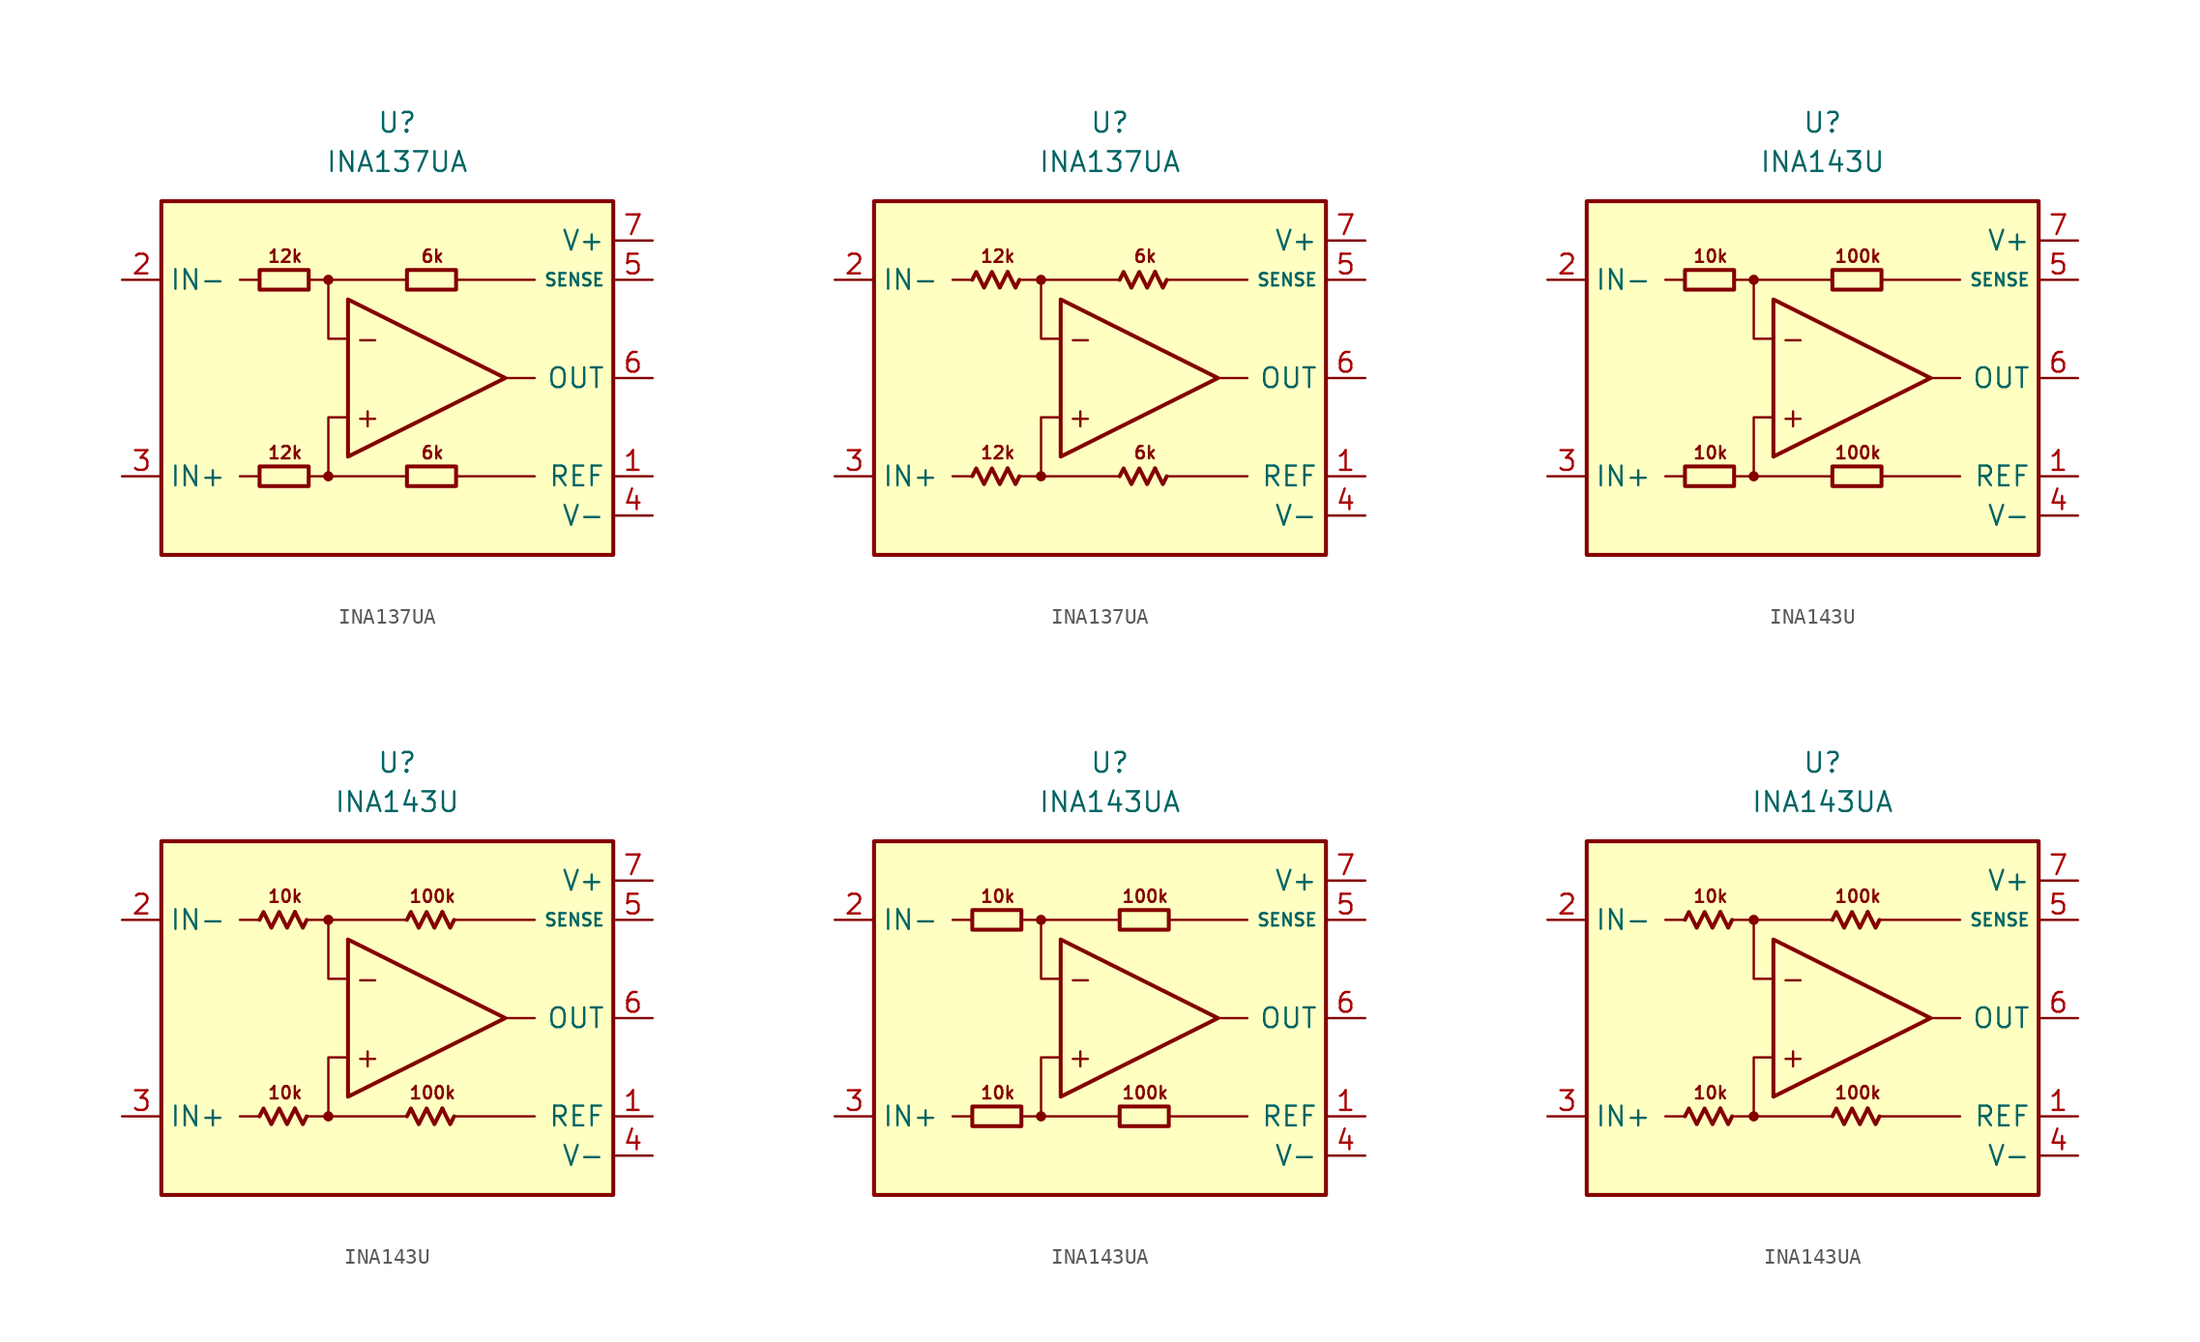
<source format=kicad_sym>
(kicad_symbol_lib
  (version 20231120)
  (generator "kicad_symbol_editor")
  (generator_version "8.0")
  (symbol "INA137UA"
    (property "Reference" "U"
      (at 0 16.51 0)
      (effects (font (size 1.27 1.27))))
    (property "Value" "INA137UA"
      (at 0 13.97 0)
      (effects (font (size 1.27 1.27))))
    (symbol "INA137UA_0_0"
      (rectangle (start -15.24 11.43) (end 13.97 -11.43) (stroke (width 0.254) (type default)) (fill (type background)))
      (circle (center -4.445 -6.35) (radius 0.254) (stroke (width 0.152) (type default)) (fill (type outline)))
      (circle (center -4.445 6.35) (radius 0.254) (stroke (width 0.152) (type default)) (fill (type outline)))
      (polyline (pts (xy -8.89 -6.35) (xy -10.16 -6.35)) (stroke (width 0.152) (type default)) (fill (type none)))
      (polyline (pts (xy -8.89 6.35) (xy -10.16 6.35)) (stroke (width 0.152) (type default)) (fill (type none)))
      (polyline (pts (xy -4.445 6.35) (xy 0.635 6.35)) (stroke (width 0.152) (type default)) (fill (type none)))
      (polyline (pts (xy 0.635 -6.35) (xy -4.445 -6.35)) (stroke (width 0.152) (type default)) (fill (type none)))
      (polyline (pts (xy 3.81 -6.35) (xy 8.89 -6.35)) (stroke (width 0.152) (type default)) (fill (type none)))
      (polyline (pts (xy 3.81 6.35) (xy 8.89 6.35)) (stroke (width 0.152) (type default)) (fill (type none)))
      (polyline (pts (xy 8.89 0) (xy 6.985 0)) (stroke (width 0.152) (type default)) (fill (type none)))
      (polyline (pts (xy -5.715 -6.35) (xy -4.445 -6.35) (xy -4.445 -2.54) (xy -3.175 -2.54)) (stroke (width 0.152) (type default)) (fill (type none)))
      (polyline (pts (xy -3.175 2.54) (xy -4.445 2.54) (xy -4.445 6.35) (xy -5.715 6.35)) (stroke (width 0.152) (type default)) (fill (type none)))
      (polyline (pts (xy -3.175 5.08) (xy -3.175 -5.08) (xy 6.985 0) (xy -3.175 5.08)) (stroke (width 0.254) (type default)) (fill (type none)))
      (text "+" (at -1.905 -2.54 0) (effects (font (size 1.27 1.27))))
      (text "-" (at -1.905 2.54 0) (effects (font (size 1.27 1.27))))
      (text "12k" (at -7.239 -4.826 0) (effects (font (size 0.8 0.8))))
      (text "12k" (at -7.239 7.874 0) (effects (font (size 0.8 0.8))))
      (text "6k" (at 2.286 -4.826 0) (effects (font (size 0.8 0.8))))
      (text "6k" (at 2.286 7.874 0) (effects (font (size 0.8 0.8)))))
    (symbol "INA137UA_0_1"
      (rectangle (start -8.89 -5.715) (end -5.715 -6.985) (stroke (width 0.254) (type default)) (fill (type none)))
      (rectangle (start -8.89 6.985) (end -5.715 5.715) (stroke (width 0.254) (type default)) (fill (type none)))
      (rectangle (start 0.635 -5.715) (end 3.81 -6.985) (stroke (width 0.254) (type default)) (fill (type none)))
      (rectangle (start 0.635 6.985) (end 3.81 5.715) (stroke (width 0.254) (type default)) (fill (type none))))
    (symbol "INA137UA_0_2"
      (polyline (pts (xy -6.604 -5.842) (xy -6.096 -6.858) (xy -5.842 -6.35)) (stroke (width 0.254) (type default)) (fill (type none)))
      (polyline (pts (xy -6.604 6.858) (xy -6.096 5.842) (xy -5.842 6.35)) (stroke (width 0.254) (type default)) (fill (type none)))
      (polyline (pts (xy 2.921 -5.842) (xy 3.429 -6.858) (xy 3.683 -6.35)) (stroke (width 0.254) (type default)) (fill (type none)))
      (polyline (pts (xy 2.921 6.858) (xy 3.429 5.842) (xy 3.683 6.35)) (stroke (width 0.254) (type default)) (fill (type none)))
      (polyline (pts (xy -8.89 -6.35) (xy -8.636 -5.842) (xy -8.128 -6.858) (xy -7.62 -5.842) (xy -7.112 -6.858) (xy -6.604 -5.842)) (stroke (width 0.254) (type default)) (fill (type none)))
      (polyline (pts (xy -8.89 6.35) (xy -8.636 6.858) (xy -8.128 5.842) (xy -7.62 6.858) (xy -7.112 5.842) (xy -6.604 6.858)) (stroke (width 0.254) (type default)) (fill (type none)))
      (polyline (pts (xy 0.635 -6.35) (xy 0.889 -5.842) (xy 1.397 -6.858) (xy 1.905 -5.842) (xy 2.413 -6.858) (xy 2.921 -5.842)) (stroke (width 0.254) (type default)) (fill (type none)))
      (polyline (pts (xy 0.635 6.35) (xy 0.889 6.858) (xy 1.397 5.842) (xy 1.905 6.858) (xy 2.413 5.842) (xy 2.921 6.858)) (stroke (width 0.254) (type default)) (fill (type none))))
    (symbol "INA137UA_1_1"
      (pin input line (at 16.51 -6.35 180) (length 2.54) (name "REF" (effects (font (size 1.27 1.27)))) (number "1" (effects (font (size 1.27 1.27)))))
      (pin input line (at -17.78 6.35 0) (length 2.54) (name "IN-" (effects (font (size 1.27 1.27)))) (number "2" (effects (font (size 1.27 1.27)))))
      (pin input line (at -17.78 -6.35 0) (length 2.54) (name "IN+" (effects (font (size 1.27 1.27)))) (number "3" (effects (font (size 1.27 1.27)))))
      (pin power_in line (at 16.51 -8.89 180) (length 2.54) (name "V-" (effects (font (size 1.27 1.27)))) (number "4" (effects (font (size 1.27 1.27)))))
      (pin input line (at 16.51 6.35 180) (length 2.54) (name "SENSE" (effects (font (size 0.8 0.8)))) (number "5" (effects (font (size 1.27 1.27)))))
      (pin output line (at 16.51 0 180) (length 2.54) (name "OUT" (effects (font (size 1.27 1.27)))) (number "6" (effects (font (size 1.27 1.27)))))
      (pin power_in line (at 16.51 8.89 180) (length 2.54) (name "V+" (effects (font (size 1.27 1.27)))) (number "7" (effects (font (size 1.27 1.27)))))
      (pin free line (at -10.16 0 0) (length 2.54) hide (name "NC" (effects (font (size 1.27 1.27)))) (number "8" (effects (font (size 1.27 1.27))))))
    (symbol "INA137UA_1_2"
      (pin input line (at 16.51 -6.35 180) (length 2.54) (name "REF" (effects (font (size 1.27 1.27)))) (number "1" (effects (font (size 1.27 1.27)))))
      (pin input line (at -17.78 6.35 0) (length 2.54) (name "IN-" (effects (font (size 1.27 1.27)))) (number "2" (effects (font (size 1.27 1.27)))))
      (pin input line (at -17.78 -6.35 0) (length 2.54) (name "IN+" (effects (font (size 1.27 1.27)))) (number "3" (effects (font (size 1.27 1.27)))))
      (pin power_in line (at 16.51 -8.89 180) (length 2.54) (name "V-" (effects (font (size 1.27 1.27)))) (number "4" (effects (font (size 1.27 1.27)))))
      (pin input line (at 16.51 6.35 180) (length 2.54) (name "SENSE" (effects (font (size 0.8 0.8)))) (number "5" (effects (font (size 1.27 1.27)))))
      (pin output line (at 16.51 0 180) (length 2.54) (name "OUT" (effects (font (size 1.27 1.27)))) (number "6" (effects (font (size 1.27 1.27)))))
      (pin power_in line (at 16.51 8.89 180) (length 2.54) (name "V+" (effects (font (size 1.27 1.27)))) (number "7" (effects (font (size 1.27 1.27)))))
      (pin free line (at -10.16 0 0) (length 2.54) hide (name "NC" (effects (font (size 1.27 1.27)))) (number "8" (effects (font (size 1.27 1.27)))))))
  (symbol "INA143U"
    (property "Reference" "U"
      (at 0 16.51 0)
      (effects (font (size 1.27 1.27))))
    (property "Value" "INA143U"
      (at 0 13.97 0)
      (effects (font (size 1.27 1.27))))
    (symbol "INA143U_0_0"
      (rectangle (start -15.24 11.43) (end 13.97 -11.43) (stroke (width 0.254) (type default)) (fill (type background)))
      (circle (center -4.445 -6.35) (radius 0.254) (stroke (width 0.152) (type default)) (fill (type outline)))
      (circle (center -4.445 6.35) (radius 0.254) (stroke (width 0.152) (type default)) (fill (type outline)))
      (polyline (pts (xy -8.89 -6.35) (xy -10.16 -6.35)) (stroke (width 0.152) (type default)) (fill (type none)))
      (polyline (pts (xy -8.89 6.35) (xy -10.16 6.35)) (stroke (width 0.152) (type default)) (fill (type none)))
      (polyline (pts (xy -4.445 6.35) (xy 0.635 6.35)) (stroke (width 0.152) (type default)) (fill (type none)))
      (polyline (pts (xy 0.635 -6.35) (xy -4.445 -6.35)) (stroke (width 0.152) (type default)) (fill (type none)))
      (polyline (pts (xy 3.81 -6.35) (xy 8.89 -6.35)) (stroke (width 0.152) (type default)) (fill (type none)))
      (polyline (pts (xy 3.81 6.35) (xy 8.89 6.35)) (stroke (width 0.152) (type default)) (fill (type none)))
      (polyline (pts (xy 8.89 0) (xy 6.985 0)) (stroke (width 0.152) (type default)) (fill (type none)))
      (polyline (pts (xy -5.715 -6.35) (xy -4.445 -6.35) (xy -4.445 -2.54) (xy -3.175 -2.54)) (stroke (width 0.152) (type default)) (fill (type none)))
      (polyline (pts (xy -3.175 2.54) (xy -4.445 2.54) (xy -4.445 6.35) (xy -5.715 6.35)) (stroke (width 0.152) (type default)) (fill (type none)))
      (polyline (pts (xy -3.175 5.08) (xy -3.175 -5.08) (xy 6.985 0) (xy -3.175 5.08)) (stroke (width 0.254) (type default)) (fill (type none)))
      (text "+" (at -1.905 -2.54 0) (effects (font (size 1.27 1.27))))
      (text "-" (at -1.905 2.54 0) (effects (font (size 1.27 1.27))))
      (text "100k" (at 2.286 -4.826 0) (effects (font (size 0.8 0.8))))
      (text "100k" (at 2.286 7.874 0) (effects (font (size 0.8 0.8))))
      (text "10k" (at -7.239 -4.826 0) (effects (font (size 0.8 0.8))))
      (text "10k" (at -7.239 7.874 0) (effects (font (size 0.8 0.8)))))
    (symbol "INA143U_0_1"
      (rectangle (start -8.89 -5.715) (end -5.715 -6.985) (stroke (width 0.254) (type default)) (fill (type none)))
      (rectangle (start -8.89 6.985) (end -5.715 5.715) (stroke (width 0.254) (type default)) (fill (type none)))
      (rectangle (start 0.635 -5.715) (end 3.81 -6.985) (stroke (width 0.254) (type default)) (fill (type none)))
      (rectangle (start 0.635 6.985) (end 3.81 5.715) (stroke (width 0.254) (type default)) (fill (type none))))
    (symbol "INA143U_0_2"
      (polyline (pts (xy -6.604 -5.842) (xy -6.096 -6.858) (xy -5.842 -6.35)) (stroke (width 0.254) (type default)) (fill (type none)))
      (polyline (pts (xy -6.604 6.858) (xy -6.096 5.842) (xy -5.842 6.35)) (stroke (width 0.254) (type default)) (fill (type none)))
      (polyline (pts (xy 2.921 -5.842) (xy 3.429 -6.858) (xy 3.683 -6.35)) (stroke (width 0.254) (type default)) (fill (type none)))
      (polyline (pts (xy 2.921 6.858) (xy 3.429 5.842) (xy 3.683 6.35)) (stroke (width 0.254) (type default)) (fill (type none)))
      (polyline (pts (xy -8.89 -6.35) (xy -8.636 -5.842) (xy -8.128 -6.858) (xy -7.62 -5.842) (xy -7.112 -6.858) (xy -6.604 -5.842)) (stroke (width 0.254) (type default)) (fill (type none)))
      (polyline (pts (xy -8.89 6.35) (xy -8.636 6.858) (xy -8.128 5.842) (xy -7.62 6.858) (xy -7.112 5.842) (xy -6.604 6.858)) (stroke (width 0.254) (type default)) (fill (type none)))
      (polyline (pts (xy 0.635 -6.35) (xy 0.889 -5.842) (xy 1.397 -6.858) (xy 1.905 -5.842) (xy 2.413 -6.858) (xy 2.921 -5.842)) (stroke (width 0.254) (type default)) (fill (type none)))
      (polyline (pts (xy 0.635 6.35) (xy 0.889 6.858) (xy 1.397 5.842) (xy 1.905 6.858) (xy 2.413 5.842) (xy 2.921 6.858)) (stroke (width 0.254) (type default)) (fill (type none))))
    (symbol "INA143U_1_1"
      (pin input line (at 16.51 -6.35 180) (length 2.54) (name "REF" (effects (font (size 1.27 1.27)))) (number "1" (effects (font (size 1.27 1.27)))))
      (pin input line (at -17.78 6.35 0) (length 2.54) (name "IN-" (effects (font (size 1.27 1.27)))) (number "2" (effects (font (size 1.27 1.27)))))
      (pin input line (at -17.78 -6.35 0) (length 2.54) (name "IN+" (effects (font (size 1.27 1.27)))) (number "3" (effects (font (size 1.27 1.27)))))
      (pin power_in line (at 16.51 -8.89 180) (length 2.54) (name "V-" (effects (font (size 1.27 1.27)))) (number "4" (effects (font (size 1.27 1.27)))))
      (pin input line (at 16.51 6.35 180) (length 2.54) (name "SENSE" (effects (font (size 0.8 0.8)))) (number "5" (effects (font (size 1.27 1.27)))))
      (pin output line (at 16.51 0 180) (length 2.54) (name "OUT" (effects (font (size 1.27 1.27)))) (number "6" (effects (font (size 1.27 1.27)))))
      (pin power_in line (at 16.51 8.89 180) (length 2.54) (name "V+" (effects (font (size 1.27 1.27)))) (number "7" (effects (font (size 1.27 1.27)))))
      (pin free line (at -10.16 0 0) (length 2.54) hide (name "NC" (effects (font (size 1.27 1.27)))) (number "8" (effects (font (size 1.27 1.27))))))
    (symbol "INA143U_1_2"
      (pin input line (at 16.51 -6.35 180) (length 2.54) (name "REF" (effects (font (size 1.27 1.27)))) (number "1" (effects (font (size 1.27 1.27)))))
      (pin input line (at -17.78 6.35 0) (length 2.54) (name "IN-" (effects (font (size 1.27 1.27)))) (number "2" (effects (font (size 1.27 1.27)))))
      (pin input line (at -17.78 -6.35 0) (length 2.54) (name "IN+" (effects (font (size 1.27 1.27)))) (number "3" (effects (font (size 1.27 1.27)))))
      (pin power_in line (at 16.51 -8.89 180) (length 2.54) (name "V-" (effects (font (size 1.27 1.27)))) (number "4" (effects (font (size 1.27 1.27)))))
      (pin input line (at 16.51 6.35 180) (length 2.54) (name "SENSE" (effects (font (size 0.8 0.8)))) (number "5" (effects (font (size 1.27 1.27)))))
      (pin output line (at 16.51 0 180) (length 2.54) (name "OUT" (effects (font (size 1.27 1.27)))) (number "6" (effects (font (size 1.27 1.27)))))
      (pin power_in line (at 16.51 8.89 180) (length 2.54) (name "V+" (effects (font (size 1.27 1.27)))) (number "7" (effects (font (size 1.27 1.27)))))
      (pin free line (at -10.16 0 0) (length 2.54) hide (name "NC" (effects (font (size 1.27 1.27)))) (number "8" (effects (font (size 1.27 1.27)))))))
  (symbol "INA143UA"
    (property "Reference" "U"
      (at 0 16.51 0)
      (effects (font (size 1.27 1.27))))
    (property "Value" "INA143UA"
      (at 0 13.97 0)
      (effects (font (size 1.27 1.27))))
    (symbol "INA143UA_0_0"
      (rectangle (start -15.24 11.43) (end 13.97 -11.43) (stroke (width 0.254) (type default)) (fill (type background)))
      (circle (center -4.445 -6.35) (radius 0.254) (stroke (width 0.152) (type default)) (fill (type outline)))
      (circle (center -4.445 6.35) (radius 0.254) (stroke (width 0.152) (type default)) (fill (type outline)))
      (polyline (pts (xy -8.89 -6.35) (xy -10.16 -6.35)) (stroke (width 0.152) (type default)) (fill (type none)))
      (polyline (pts (xy -8.89 6.35) (xy -10.16 6.35)) (stroke (width 0.152) (type default)) (fill (type none)))
      (polyline (pts (xy -4.445 6.35) (xy 0.635 6.35)) (stroke (width 0.152) (type default)) (fill (type none)))
      (polyline (pts (xy 0.635 -6.35) (xy -4.445 -6.35)) (stroke (width 0.152) (type default)) (fill (type none)))
      (polyline (pts (xy 3.81 -6.35) (xy 8.89 -6.35)) (stroke (width 0.152) (type default)) (fill (type none)))
      (polyline (pts (xy 3.81 6.35) (xy 8.89 6.35)) (stroke (width 0.152) (type default)) (fill (type none)))
      (polyline (pts (xy 8.89 0) (xy 6.985 0)) (stroke (width 0.152) (type default)) (fill (type none)))
      (polyline (pts (xy -5.715 -6.35) (xy -4.445 -6.35) (xy -4.445 -2.54) (xy -3.175 -2.54)) (stroke (width 0.152) (type default)) (fill (type none)))
      (polyline (pts (xy -3.175 2.54) (xy -4.445 2.54) (xy -4.445 6.35) (xy -5.715 6.35)) (stroke (width 0.152) (type default)) (fill (type none)))
      (polyline (pts (xy -3.175 5.08) (xy -3.175 -5.08) (xy 6.985 0) (xy -3.175 5.08)) (stroke (width 0.254) (type default)) (fill (type none)))
      (text "+" (at -1.905 -2.54 0) (effects (font (size 1.27 1.27))))
      (text "-" (at -1.905 2.54 0) (effects (font (size 1.27 1.27))))
      (text "100k" (at 2.286 -4.826 0) (effects (font (size 0.8 0.8))))
      (text "100k" (at 2.286 7.874 0) (effects (font (size 0.8 0.8))))
      (text "10k" (at -7.239 -4.826 0) (effects (font (size 0.8 0.8))))
      (text "10k" (at -7.239 7.874 0) (effects (font (size 0.8 0.8)))))
    (symbol "INA143UA_0_1"
      (rectangle (start -8.89 -5.715) (end -5.715 -6.985) (stroke (width 0.254) (type default)) (fill (type none)))
      (rectangle (start -8.89 6.985) (end -5.715 5.715) (stroke (width 0.254) (type default)) (fill (type none)))
      (rectangle (start 0.635 -5.715) (end 3.81 -6.985) (stroke (width 0.254) (type default)) (fill (type none)))
      (rectangle (start 0.635 6.985) (end 3.81 5.715) (stroke (width 0.254) (type default)) (fill (type none))))
    (symbol "INA143UA_0_2"
      (polyline (pts (xy -6.604 -5.842) (xy -6.096 -6.858) (xy -5.842 -6.35)) (stroke (width 0.254) (type default)) (fill (type none)))
      (polyline (pts (xy -6.604 6.858) (xy -6.096 5.842) (xy -5.842 6.35)) (stroke (width 0.254) (type default)) (fill (type none)))
      (polyline (pts (xy 2.921 -5.842) (xy 3.429 -6.858) (xy 3.683 -6.35)) (stroke (width 0.254) (type default)) (fill (type none)))
      (polyline (pts (xy 2.921 6.858) (xy 3.429 5.842) (xy 3.683 6.35)) (stroke (width 0.254) (type default)) (fill (type none)))
      (polyline (pts (xy -8.89 -6.35) (xy -8.636 -5.842) (xy -8.128 -6.858) (xy -7.62 -5.842) (xy -7.112 -6.858) (xy -6.604 -5.842)) (stroke (width 0.254) (type default)) (fill (type none)))
      (polyline (pts (xy -8.89 6.35) (xy -8.636 6.858) (xy -8.128 5.842) (xy -7.62 6.858) (xy -7.112 5.842) (xy -6.604 6.858)) (stroke (width 0.254) (type default)) (fill (type none)))
      (polyline (pts (xy 0.635 -6.35) (xy 0.889 -5.842) (xy 1.397 -6.858) (xy 1.905 -5.842) (xy 2.413 -6.858) (xy 2.921 -5.842)) (stroke (width 0.254) (type default)) (fill (type none)))
      (polyline (pts (xy 0.635 6.35) (xy 0.889 6.858) (xy 1.397 5.842) (xy 1.905 6.858) (xy 2.413 5.842) (xy 2.921 6.858)) (stroke (width 0.254) (type default)) (fill (type none))))
    (symbol "INA143UA_1_1"
      (pin input line (at 16.51 -6.35 180) (length 2.54) (name "REF" (effects (font (size 1.27 1.27)))) (number "1" (effects (font (size 1.27 1.27)))))
      (pin input line (at -17.78 6.35 0) (length 2.54) (name "IN-" (effects (font (size 1.27 1.27)))) (number "2" (effects (font (size 1.27 1.27)))))
      (pin input line (at -17.78 -6.35 0) (length 2.54) (name "IN+" (effects (font (size 1.27 1.27)))) (number "3" (effects (font (size 1.27 1.27)))))
      (pin power_in line (at 16.51 -8.89 180) (length 2.54) (name "V-" (effects (font (size 1.27 1.27)))) (number "4" (effects (font (size 1.27 1.27)))))
      (pin input line (at 16.51 6.35 180) (length 2.54) (name "SENSE" (effects (font (size 0.8 0.8)))) (number "5" (effects (font (size 1.27 1.27)))))
      (pin output line (at 16.51 0 180) (length 2.54) (name "OUT" (effects (font (size 1.27 1.27)))) (number "6" (effects (font (size 1.27 1.27)))))
      (pin power_in line (at 16.51 8.89 180) (length 2.54) (name "V+" (effects (font (size 1.27 1.27)))) (number "7" (effects (font (size 1.27 1.27)))))
      (pin free line (at -10.16 0 0) (length 2.54) hide (name "NC" (effects (font (size 1.27 1.27)))) (number "8" (effects (font (size 1.27 1.27))))))
    (symbol "INA143UA_1_2"
      (pin input line (at 16.51 -6.35 180) (length 2.54) (name "REF" (effects (font (size 1.27 1.27)))) (number "1" (effects (font (size 1.27 1.27)))))
      (pin input line (at -17.78 6.35 0) (length 2.54) (name "IN-" (effects (font (size 1.27 1.27)))) (number "2" (effects (font (size 1.27 1.27)))))
      (pin input line (at -17.78 -6.35 0) (length 2.54) (name "IN+" (effects (font (size 1.27 1.27)))) (number "3" (effects (font (size 1.27 1.27)))))
      (pin power_in line (at 16.51 -8.89 180) (length 2.54) (name "V-" (effects (font (size 1.27 1.27)))) (number "4" (effects (font (size 1.27 1.27)))))
      (pin input line (at 16.51 6.35 180) (length 2.54) (name "SENSE" (effects (font (size 0.8 0.8)))) (number "5" (effects (font (size 1.27 1.27)))))
      (pin output line (at 16.51 0 180) (length 2.54) (name "OUT" (effects (font (size 1.27 1.27)))) (number "6" (effects (font (size 1.27 1.27)))))
      (pin power_in line (at 16.51 8.89 180) (length 2.54) (name "V+" (effects (font (size 1.27 1.27)))) (number "7" (effects (font (size 1.27 1.27)))))
      (pin free line (at -10.16 0 0) (length 2.54) hide (name "NC" (effects (font (size 1.27 1.27)))) (number "8" (effects (font (size 1.27 1.27))))))))
</source>
